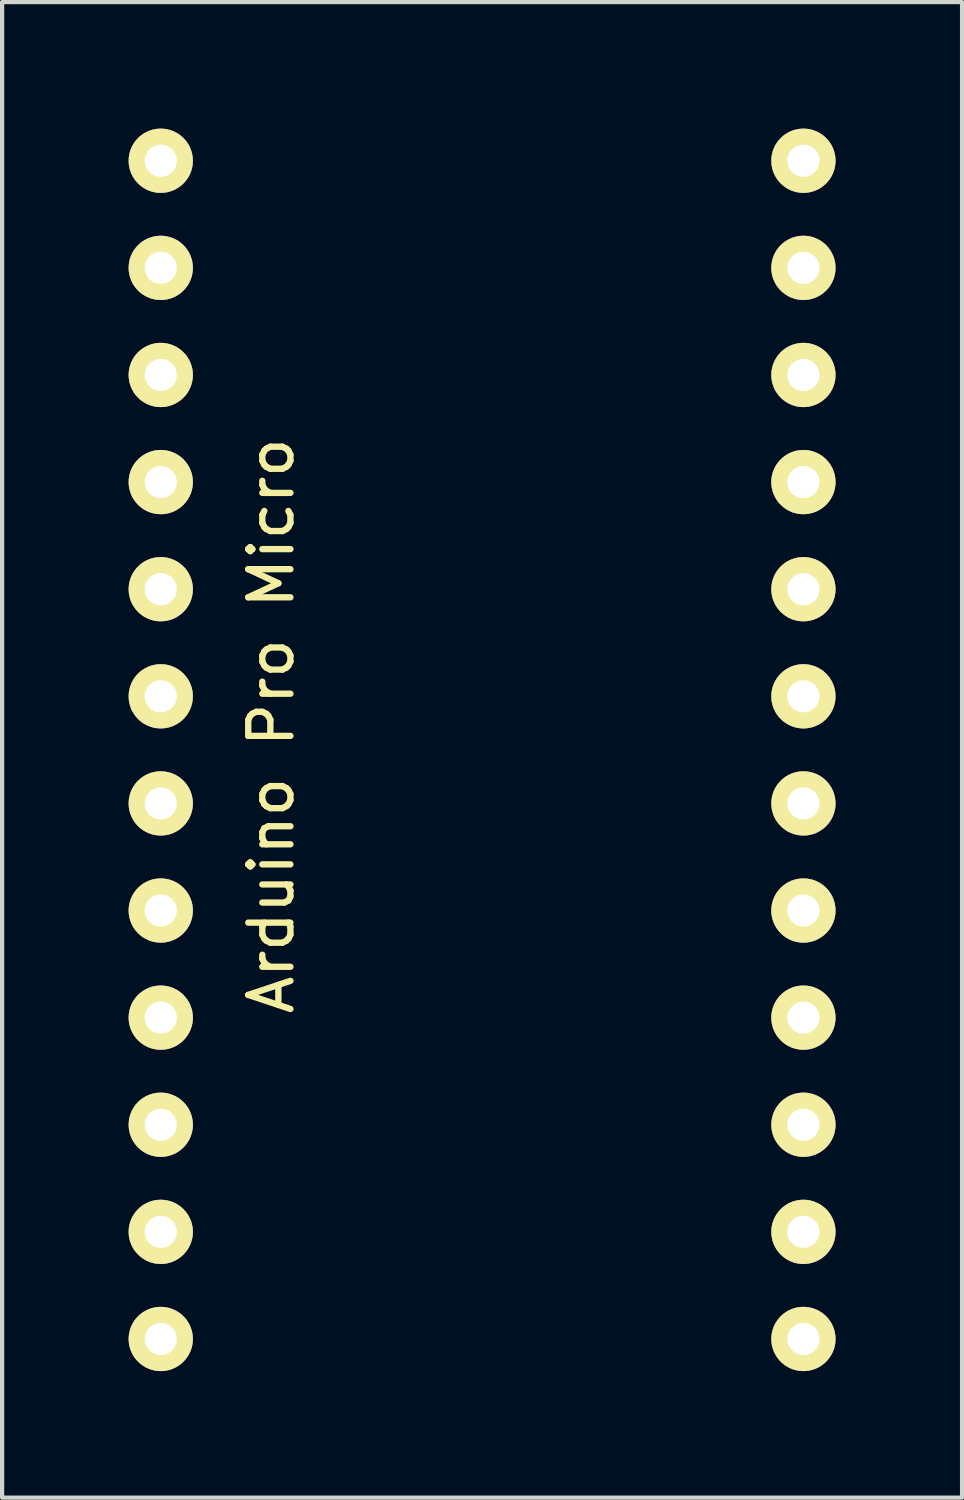
<source format=kicad_pcb>
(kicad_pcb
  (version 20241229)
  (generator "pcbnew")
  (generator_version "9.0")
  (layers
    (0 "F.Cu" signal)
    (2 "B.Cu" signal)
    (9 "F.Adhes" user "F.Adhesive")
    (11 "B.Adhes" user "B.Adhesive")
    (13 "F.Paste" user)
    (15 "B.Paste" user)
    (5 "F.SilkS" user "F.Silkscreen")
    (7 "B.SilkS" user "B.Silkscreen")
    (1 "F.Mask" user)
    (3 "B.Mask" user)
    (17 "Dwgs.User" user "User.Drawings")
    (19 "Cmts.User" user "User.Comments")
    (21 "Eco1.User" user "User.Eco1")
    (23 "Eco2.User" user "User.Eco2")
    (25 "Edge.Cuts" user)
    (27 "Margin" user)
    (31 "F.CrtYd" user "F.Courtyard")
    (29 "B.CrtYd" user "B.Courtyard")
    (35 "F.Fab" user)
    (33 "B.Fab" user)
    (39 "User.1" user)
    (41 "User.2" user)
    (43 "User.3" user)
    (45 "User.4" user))
  (footprint "Arduino Pro Micro"
    (layer "F.Cu")
    (at 8.382 0.762)
    (property "Reference" "Arduino Pro Micro" (at -5 13.4 90) (layer "F.SilkS") (effects (font (size 1 1) (thickness 0.15))))
    (attr through_hole)
    (pad "1" thru_hole circle (at -7.62 0) (size 1.524 1.524) (drill 0.762) (layers "*.Cu" "*.Mask" "F.SilkS"))
    (pad "2" thru_hole circle (at -7.62 2.54) (size 1.524 1.524) (drill 0.762) (layers "*.Cu" "*.Mask" "F.SilkS"))
    (pad "3" thru_hole circle (at -7.62 5.08) (size 1.524 1.524) (drill 0.762) (layers "*.Cu" "*.Mask" "F.SilkS"))
    (pad "4" thru_hole circle (at -7.62 7.62) (size 1.524 1.524) (drill 0.762) (layers "*.Cu" "*.Mask" "F.SilkS"))
    (pad "5" thru_hole circle (at -7.62 10.16) (size 1.524 1.524) (drill 0.762) (layers "*.Cu" "*.Mask" "F.SilkS"))
    (pad "6" thru_hole circle (at -7.62 12.7) (size 1.524 1.524) (drill 0.762) (layers "*.Cu" "*.Mask" "F.SilkS"))
    (pad "7" thru_hole circle (at -7.62 15.24) (size 1.524 1.524) (drill 0.762) (layers "*.Cu" "*.Mask" "F.SilkS"))
    (pad "8" thru_hole circle (at -7.62 17.78) (size 1.524 1.524) (drill 0.762) (layers "*.Cu" "*.Mask" "F.SilkS"))
    (pad "9" thru_hole circle (at -7.62 20.32) (size 1.524 1.524) (drill 0.762) (layers "*.Cu" "*.Mask" "F.SilkS"))
    (pad "10" thru_hole circle (at -7.62 22.86) (size 1.524 1.524) (drill 0.762) (layers "*.Cu" "*.Mask" "F.SilkS"))
    (pad "11" thru_hole circle (at -7.62 25.4) (size 1.524 1.524) (drill 0.762) (layers "*.Cu" "*.Mask" "F.SilkS"))
    (pad "12" thru_hole circle (at -7.62 27.94) (size 1.524 1.524) (drill 0.762) (layers "*.Cu" "*.Mask" "F.SilkS"))
    (pad "13" thru_hole circle (at 7.62 27.94) (size 1.524 1.524) (drill 0.762) (layers "*.Cu" "*.Mask" "F.SilkS"))
    (pad "14" thru_hole circle (at 7.62 25.4) (size 1.524 1.524) (drill 0.762) (layers "*.Cu" "*.Mask" "F.SilkS"))
    (pad "15" thru_hole circle (at 7.62 22.86) (size 1.524 1.524) (drill 0.762) (layers "*.Cu" "*.Mask" "F.SilkS"))
    (pad "16" thru_hole circle (at 7.62 20.32) (size 1.524 1.524) (drill 0.762) (layers "*.Cu" "*.Mask" "F.SilkS"))
    (pad "17" thru_hole circle (at 7.62 17.78) (size 1.524 1.524) (drill 0.762) (layers "*.Cu" "*.Mask" "F.SilkS"))
    (pad "18" thru_hole circle (at 7.62 15.24) (size 1.524 1.524) (drill 0.762) (layers "*.Cu" "*.Mask" "F.SilkS"))
    (pad "19" thru_hole circle (at 7.62 12.7) (size 1.524 1.524) (drill 0.762) (layers "*.Cu" "*.Mask" "F.SilkS"))
    (pad "20" thru_hole circle (at 7.62 10.16) (size 1.524 1.524) (drill 0.762) (layers "*.Cu" "*.Mask" "F.SilkS"))
    (pad "21" thru_hole circle (at 7.62 7.62) (size 1.524 1.524) (drill 0.762) (layers "*.Cu" "*.Mask" "F.SilkS"))
    (pad "22" thru_hole circle (at 7.62 5.08) (size 1.524 1.524) (drill 0.762) (layers "*.Cu" "*.Mask" "F.SilkS"))
    (pad "23" thru_hole circle (at 7.62 2.54) (size 1.524 1.524) (drill 0.762) (layers "*.Cu" "*.Mask" "F.SilkS"))
    (pad "24" thru_hole circle (at 7.62 0) (size 1.524 1.524) (drill 0.762) (layers "*.Cu" "*.Mask" "F.SilkS")))
  (gr_rect
    (start -3 -3)
    (end 19.764 32.464)
    (stroke (width 0.1) (type default))
    (fill no)
    (layer "Edge.Cuts")))
</source>
